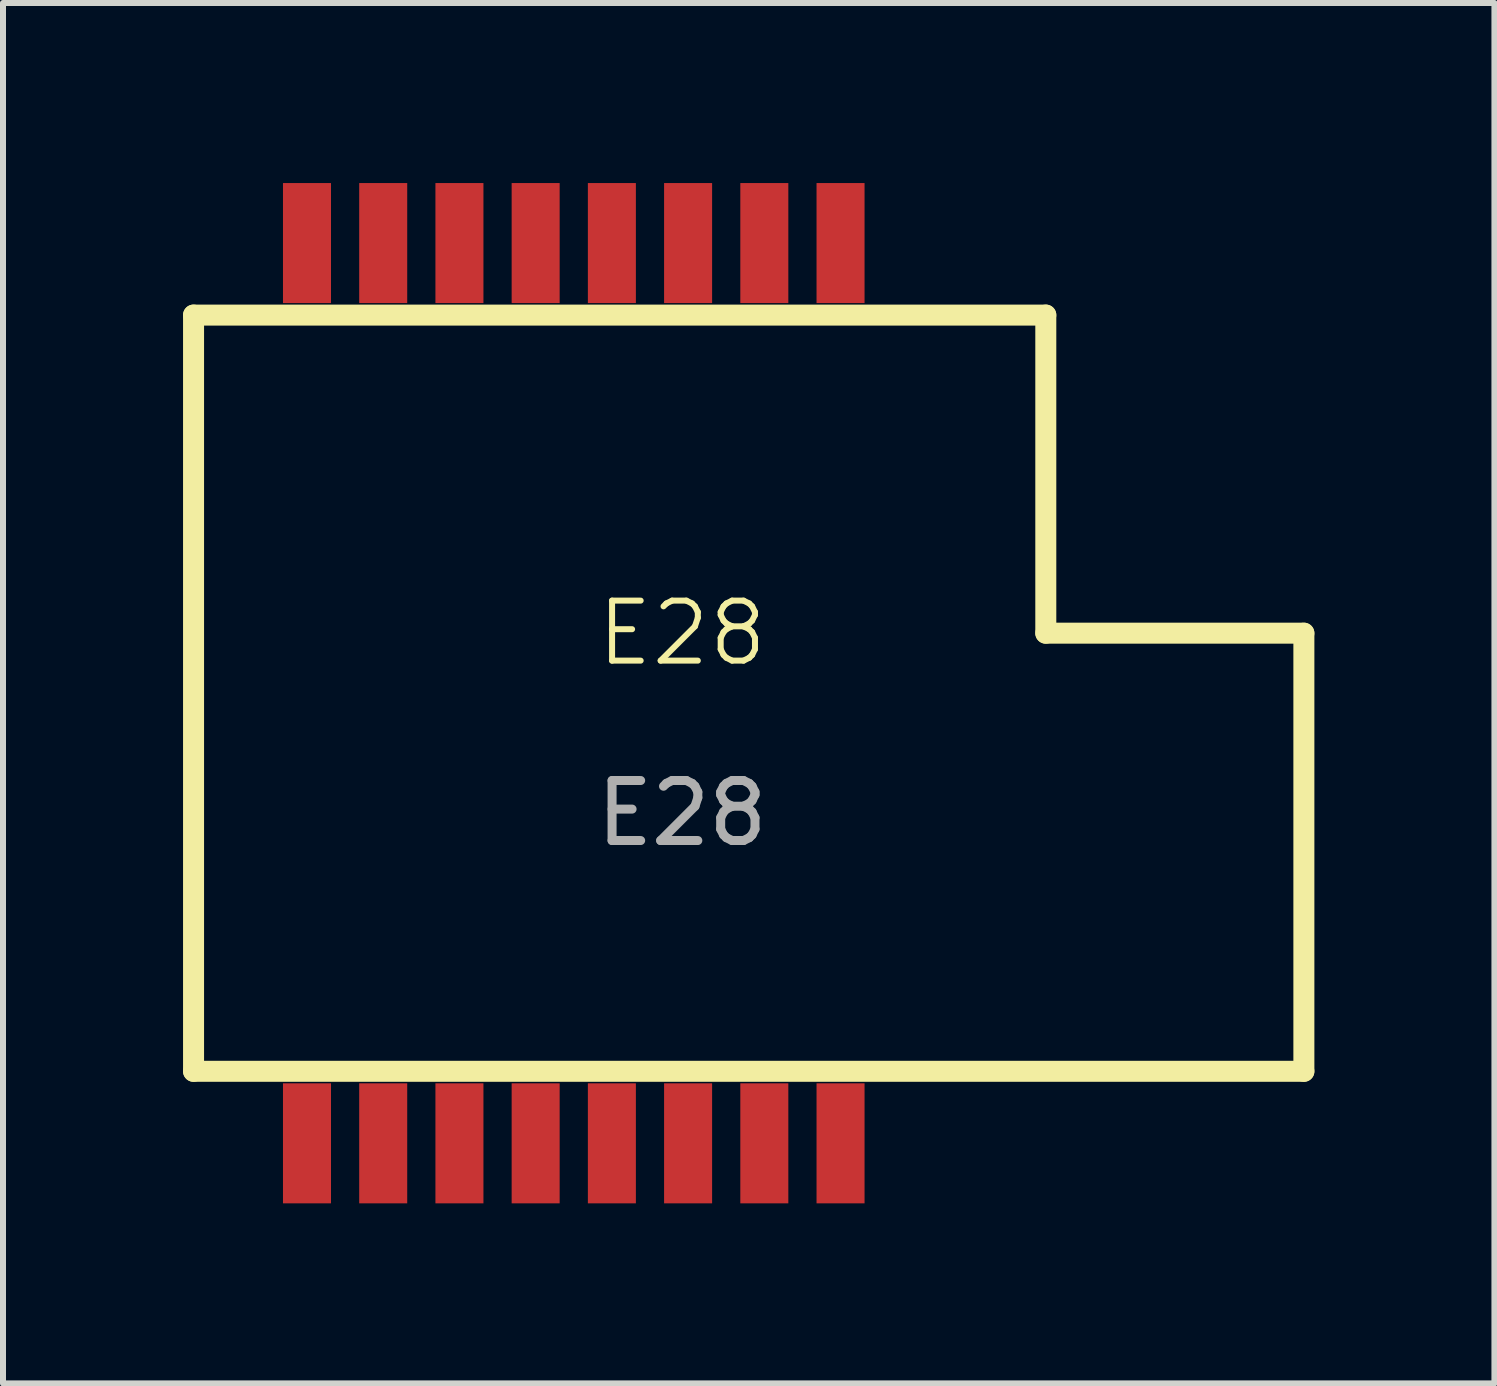
<source format=kicad_pcb>
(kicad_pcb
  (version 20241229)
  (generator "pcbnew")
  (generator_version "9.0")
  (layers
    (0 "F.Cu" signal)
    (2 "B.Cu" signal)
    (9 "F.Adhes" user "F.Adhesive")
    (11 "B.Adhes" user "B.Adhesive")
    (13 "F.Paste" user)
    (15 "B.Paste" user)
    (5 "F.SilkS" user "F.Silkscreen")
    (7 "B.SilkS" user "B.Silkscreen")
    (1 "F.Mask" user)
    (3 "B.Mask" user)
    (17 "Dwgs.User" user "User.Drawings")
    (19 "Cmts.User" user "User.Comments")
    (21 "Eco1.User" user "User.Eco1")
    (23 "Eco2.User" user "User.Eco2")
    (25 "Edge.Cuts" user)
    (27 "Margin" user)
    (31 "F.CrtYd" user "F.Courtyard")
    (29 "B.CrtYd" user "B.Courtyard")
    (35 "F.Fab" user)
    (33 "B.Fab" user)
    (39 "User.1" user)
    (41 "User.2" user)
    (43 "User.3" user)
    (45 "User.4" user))
  (footprint "E28"
    (layer "F.Cu")
    (at 8.315 8)
    (property "Reference" "E28" (at 0 -0.5 0) (unlocked yes) (layer "F.SilkS") (effects (font (size 1 1) (thickness 0.1))))
    (attr smd)
    (fp_line (start -8.14 -5.8) (end 6.06 -5.8) (stroke (width 0.35) (type solid)) (layer "F.SilkS"))
    (fp_line (start -8.14 6.8) (end -8.14 -5.8) (stroke (width 0.35) (type solid)) (layer "F.SilkS"))
    (fp_line (start -8.14 6.8) (end 10.36 6.8) (stroke (width 0.35) (type solid)) (layer "F.SilkS"))
    (fp_line (start 6.06 -0.5) (end 6.06 -5.8) (stroke (width 0.35) (type solid)) (layer "F.SilkS"))
    (fp_line (start 6.06 -0.5) (end 10.36 -0.5) (stroke (width 0.35) (type solid)) (layer "F.SilkS"))
    (fp_line (start 10.36 6.8) (end 10.36 -0.5) (stroke (width 0.35) (type solid)) (layer "F.SilkS"))
    (fp_text user "${REFERENCE}" (at 0 2.5 0) (unlocked yes) (layer "F.Fab") (effects (font (size 1 1) (thickness 0.15))))
    (pad "1" smd rect (at -6.25 -7 180) (size 0.8 2) (layers "F.Cu" "F.Mask" "F.Paste"))
    (pad "1" smd rect (at -6.25 8 180) (size 0.8 2) (layers "F.Cu" "F.Mask" "F.Paste"))
    (pad "2" smd rect (at -4.98 -7 180) (size 0.8 2) (layers "F.Cu" "F.Mask" "F.Paste"))
    (pad "2" smd rect (at -4.98 8 180) (size 0.8 2) (layers "F.Cu" "F.Mask" "F.Paste"))
    (pad "3" smd rect (at -3.71 -7 180) (size 0.8 2) (layers "F.Cu" "F.Mask" "F.Paste"))
    (pad "3" smd rect (at -3.71 8 180) (size 0.8 2) (layers "F.Cu" "F.Mask" "F.Paste"))
    (pad "4" smd rect (at -2.44 -7 180) (size 0.8 2) (layers "F.Cu" "F.Mask" "F.Paste"))
    (pad "4" smd rect (at -2.44 8 180) (size 0.8 2) (layers "F.Cu" "F.Mask" "F.Paste"))
    (pad "5" smd rect (at -1.17 -7 180) (size 0.8 2) (layers "F.Cu" "F.Mask" "F.Paste"))
    (pad "5" smd rect (at -1.17 8 180) (size 0.8 2) (layers "F.Cu" "F.Mask" "F.Paste"))
    (pad "6" smd rect (at 0.1 -7 180) (size 0.8 2) (layers "F.Cu" "F.Mask" "F.Paste"))
    (pad "6" smd rect (at 0.1 8 180) (size 0.8 2) (layers "F.Cu" "F.Mask" "F.Paste"))
    (pad "7" smd rect (at 1.37 -7 180) (size 0.8 2) (layers "F.Cu" "F.Mask" "F.Paste"))
    (pad "7" smd rect (at 1.37 8 180) (size 0.8 2) (layers "F.Cu" "F.Mask" "F.Paste"))
    (pad "8" smd rect (at 2.64 -7 180) (size 0.8 2) (layers "F.Cu" "F.Mask" "F.Paste"))
    (pad "8" smd rect (at 2.64 8 180) (size 0.8 2) (layers "F.Cu" "F.Mask" "F.Paste")))
  (gr_rect
    (start -3 -3)
    (end 21.85 20)
    (stroke (width 0.1) (type default))
    (fill no)
    (layer "Edge.Cuts")))
</source>
